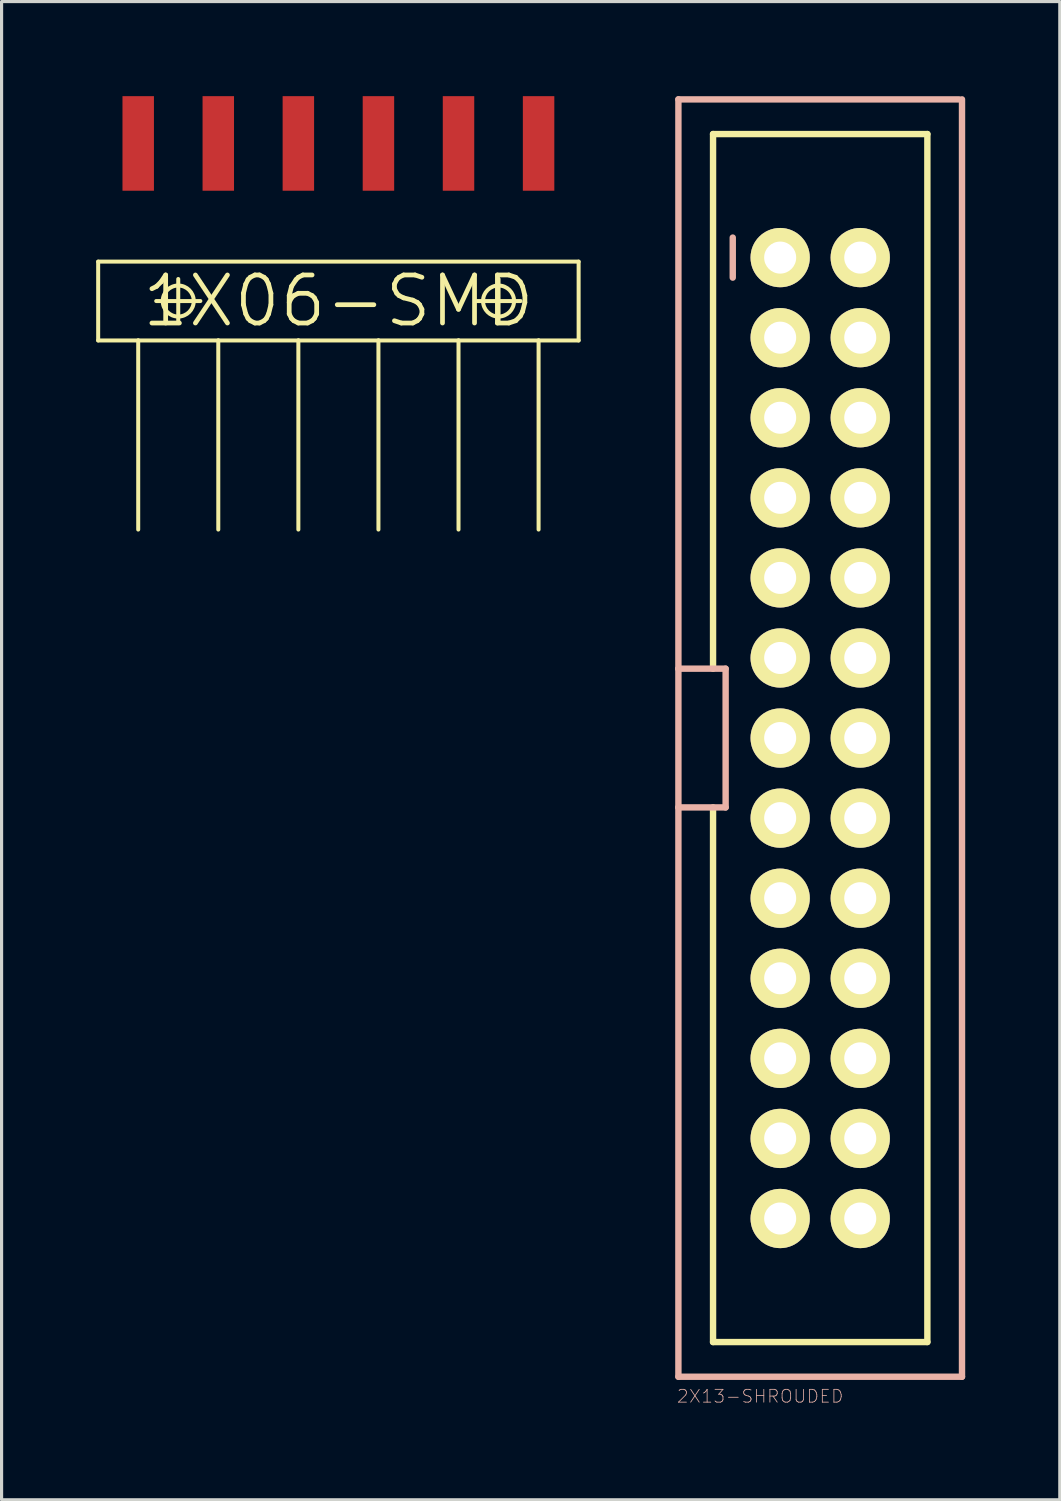
<source format=kicad_pcb>
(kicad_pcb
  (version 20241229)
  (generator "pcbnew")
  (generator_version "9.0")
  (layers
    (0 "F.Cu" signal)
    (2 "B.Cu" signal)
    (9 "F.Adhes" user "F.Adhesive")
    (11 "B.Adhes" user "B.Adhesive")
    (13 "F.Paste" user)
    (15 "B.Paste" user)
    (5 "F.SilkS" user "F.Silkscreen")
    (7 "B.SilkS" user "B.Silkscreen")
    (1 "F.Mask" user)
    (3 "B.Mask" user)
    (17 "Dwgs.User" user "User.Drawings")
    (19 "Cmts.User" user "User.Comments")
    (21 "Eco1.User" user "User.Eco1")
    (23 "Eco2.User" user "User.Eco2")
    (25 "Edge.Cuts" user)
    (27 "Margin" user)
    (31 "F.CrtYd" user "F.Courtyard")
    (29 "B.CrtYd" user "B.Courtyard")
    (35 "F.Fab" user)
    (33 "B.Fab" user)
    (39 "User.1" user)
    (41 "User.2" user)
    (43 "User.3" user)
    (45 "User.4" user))
  (footprint "2X13-SHROUDED"
    (layer "F.Cu")
    (at 22.967 20.361)
    (property "Reference" "2X13-SHROUDED" (at -1.905 20.879 0) (layer "B.SilkS") (effects (font (size 0.406 0.406) (thickness 0.025))))
    (attr exclude_from_pos_files exclude_from_bom)
    (fp_line (start -3.399 -19.159) (end -3.399 -2.2) (stroke (width 0.203) (type solid)) (layer "F.SilkS"))
    (fp_line (start -3.399 -19.159) (end 3.399 -19.159) (stroke (width 0.203) (type solid)) (layer "F.SilkS"))
    (fp_line (start -3.399 19.159) (end -3.399 2.2) (stroke (width 0.203) (type solid)) (layer "F.SilkS"))
    (fp_line (start -3.399 19.159) (end 3.399 19.159) (stroke (width 0.203) (type solid)) (layer "F.SilkS"))
    (fp_line (start -1.524 -15.494) (end -1.016 -15.494) (stroke (width 0.066) (type solid)) (layer "F.SilkS"))
    (fp_line (start -1.524 -14.986) (end -1.524 -15.494) (stroke (width 0.066) (type solid)) (layer "F.SilkS"))
    (fp_line (start -1.524 -14.986) (end -1.016 -14.986) (stroke (width 0.066) (type solid)) (layer "F.SilkS"))
    (fp_line (start -1.524 -12.954) (end -1.016 -12.954) (stroke (width 0.066) (type solid)) (layer "F.SilkS"))
    (fp_line (start -1.524 -12.446) (end -1.524 -12.954) (stroke (width 0.066) (type solid)) (layer "F.SilkS"))
    (fp_line (start -1.524 -12.446) (end -1.016 -12.446) (stroke (width 0.066) (type solid)) (layer "F.SilkS"))
    (fp_line (start -1.524 -10.414) (end -1.016 -10.414) (stroke (width 0.066) (type solid)) (layer "F.SilkS"))
    (fp_line (start -1.524 -9.906) (end -1.524 -10.414) (stroke (width 0.066) (type solid)) (layer "F.SilkS"))
    (fp_line (start -1.524 -9.906) (end -1.016 -9.906) (stroke (width 0.066) (type solid)) (layer "F.SilkS"))
    (fp_line (start -1.524 -7.874) (end -1.016 -7.874) (stroke (width 0.066) (type solid)) (layer "F.SilkS"))
    (fp_line (start -1.524 -7.874) (end -1.016 -7.874) (stroke (width 0.066) (type solid)) (layer "F.SilkS"))
    (fp_line (start -1.524 -7.366) (end -1.524 -7.874) (stroke (width 0.066) (type solid)) (layer "F.SilkS"))
    (fp_line (start -1.524 -7.366) (end -1.524 -7.874) (stroke (width 0.066) (type solid)) (layer "F.SilkS"))
    (fp_line (start -1.524 -7.366) (end -1.016 -7.366) (stroke (width 0.066) (type solid)) (layer "F.SilkS"))
    (fp_line (start -1.524 -7.366) (end -1.016 -7.366) (stroke (width 0.066) (type solid)) (layer "F.SilkS"))
    (fp_line (start -1.524 -5.334) (end -1.016 -5.334) (stroke (width 0.066) (type solid)) (layer "F.SilkS"))
    (fp_line (start -1.524 -4.826) (end -1.524 -5.334) (stroke (width 0.066) (type solid)) (layer "F.SilkS"))
    (fp_line (start -1.524 -4.826) (end -1.016 -4.826) (stroke (width 0.066) (type solid)) (layer "F.SilkS"))
    (fp_line (start -1.524 -2.794) (end -1.016 -2.794) (stroke (width 0.066) (type solid)) (layer "F.SilkS"))
    (fp_line (start -1.524 -2.286) (end -1.524 -2.794) (stroke (width 0.066) (type solid)) (layer "F.SilkS"))
    (fp_line (start -1.524 -2.286) (end -1.016 -2.286) (stroke (width 0.066) (type solid)) (layer "F.SilkS"))
    (fp_line (start -1.524 -0.254) (end -1.016 -0.254) (stroke (width 0.066) (type solid)) (layer "F.SilkS"))
    (fp_line (start -1.524 0.254) (end -1.524 -0.254) (stroke (width 0.066) (type solid)) (layer "F.SilkS"))
    (fp_line (start -1.524 0.254) (end -1.016 0.254) (stroke (width 0.066) (type solid)) (layer "F.SilkS"))
    (fp_line (start -1.524 2.286) (end -1.016 2.286) (stroke (width 0.066) (type solid)) (layer "F.SilkS"))
    (fp_line (start -1.524 2.794) (end -1.524 2.286) (stroke (width 0.066) (type solid)) (layer "F.SilkS"))
    (fp_line (start -1.524 2.794) (end -1.016 2.794) (stroke (width 0.066) (type solid)) (layer "F.SilkS"))
    (fp_line (start -1.524 4.826) (end -1.016 4.826) (stroke (width 0.066) (type solid)) (layer "F.SilkS"))
    (fp_line (start -1.524 4.826) (end -1.016 4.826) (stroke (width 0.066) (type solid)) (layer "F.SilkS"))
    (fp_line (start -1.524 5.334) (end -1.524 4.826) (stroke (width 0.066) (type solid)) (layer "F.SilkS"))
    (fp_line (start -1.524 5.334) (end -1.524 4.826) (stroke (width 0.066) (type solid)) (layer "F.SilkS"))
    (fp_line (start -1.524 5.334) (end -1.016 5.334) (stroke (width 0.066) (type solid)) (layer "F.SilkS"))
    (fp_line (start -1.524 5.334) (end -1.016 5.334) (stroke (width 0.066) (type solid)) (layer "F.SilkS"))
    (fp_line (start -1.524 7.366) (end -1.016 7.366) (stroke (width 0.066) (type solid)) (layer "F.SilkS"))
    (fp_line (start -1.524 7.874) (end -1.524 7.366) (stroke (width 0.066) (type solid)) (layer "F.SilkS"))
    (fp_line (start -1.524 7.874) (end -1.016 7.874) (stroke (width 0.066) (type solid)) (layer "F.SilkS"))
    (fp_line (start -1.524 9.906) (end -1.016 9.906) (stroke (width 0.066) (type solid)) (layer "F.SilkS"))
    (fp_line (start -1.524 10.414) (end -1.524 9.906) (stroke (width 0.066) (type solid)) (layer "F.SilkS"))
    (fp_line (start -1.524 10.414) (end -1.016 10.414) (stroke (width 0.066) (type solid)) (layer "F.SilkS"))
    (fp_line (start -1.524 12.446) (end -1.016 12.446) (stroke (width 0.066) (type solid)) (layer "F.SilkS"))
    (fp_line (start -1.524 12.446) (end -1.016 12.446) (stroke (width 0.066) (type solid)) (layer "F.SilkS"))
    (fp_line (start -1.524 12.954) (end -1.524 12.446) (stroke (width 0.066) (type solid)) (layer "F.SilkS"))
    (fp_line (start -1.524 12.954) (end -1.524 12.446) (stroke (width 0.066) (type solid)) (layer "F.SilkS"))
    (fp_line (start -1.524 12.954) (end -1.016 12.954) (stroke (width 0.066) (type solid)) (layer "F.SilkS"))
    (fp_line (start -1.524 12.954) (end -1.016 12.954) (stroke (width 0.066) (type solid)) (layer "F.SilkS"))
    (fp_line (start -1.524 14.986) (end -1.016 14.986) (stroke (width 0.066) (type solid)) (layer "F.SilkS"))
    (fp_line (start -1.524 15.494) (end -1.524 14.986) (stroke (width 0.066) (type solid)) (layer "F.SilkS"))
    (fp_line (start -1.524 15.494) (end -1.016 15.494) (stroke (width 0.066) (type solid)) (layer "F.SilkS"))
    (fp_line (start -1.016 -14.986) (end -1.016 -15.494) (stroke (width 0.066) (type solid)) (layer "F.SilkS"))
    (fp_line (start -1.016 -12.446) (end -1.016 -12.954) (stroke (width 0.066) (type solid)) (layer "F.SilkS"))
    (fp_line (start -1.016 -9.906) (end -1.016 -10.414) (stroke (width 0.066) (type solid)) (layer "F.SilkS"))
    (fp_line (start -1.016 -7.366) (end -1.016 -7.874) (stroke (width 0.066) (type solid)) (layer "F.SilkS"))
    (fp_line (start -1.016 -7.366) (end -1.016 -7.874) (stroke (width 0.066) (type solid)) (layer "F.SilkS"))
    (fp_line (start -1.016 -4.826) (end -1.016 -5.334) (stroke (width 0.066) (type solid)) (layer "F.SilkS"))
    (fp_line (start -1.016 -2.286) (end -1.016 -2.794) (stroke (width 0.066) (type solid)) (layer "F.SilkS"))
    (fp_line (start -1.016 0.254) (end -1.016 -0.254) (stroke (width 0.066) (type solid)) (layer "F.SilkS"))
    (fp_line (start -1.016 2.794) (end -1.016 2.286) (stroke (width 0.066) (type solid)) (layer "F.SilkS"))
    (fp_line (start -1.016 5.334) (end -1.016 4.826) (stroke (width 0.066) (type solid)) (layer "F.SilkS"))
    (fp_line (start -1.016 5.334) (end -1.016 4.826) (stroke (width 0.066) (type solid)) (layer "F.SilkS"))
    (fp_line (start -1.016 7.874) (end -1.016 7.366) (stroke (width 0.066) (type solid)) (layer "F.SilkS"))
    (fp_line (start -1.016 10.414) (end -1.016 9.906) (stroke (width 0.066) (type solid)) (layer "F.SilkS"))
    (fp_line (start -1.016 12.954) (end -1.016 12.446) (stroke (width 0.066) (type solid)) (layer "F.SilkS"))
    (fp_line (start -1.016 12.954) (end -1.016 12.446) (stroke (width 0.066) (type solid)) (layer "F.SilkS"))
    (fp_line (start -1.016 15.494) (end -1.016 14.986) (stroke (width 0.066) (type solid)) (layer "F.SilkS"))
    (fp_line (start 1.016 -15.494) (end 1.524 -15.494) (stroke (width 0.066) (type solid)) (layer "F.SilkS"))
    (fp_line (start 1.016 -14.986) (end 1.016 -15.494) (stroke (width 0.066) (type solid)) (layer "F.SilkS"))
    (fp_line (start 1.016 -14.986) (end 1.524 -14.986) (stroke (width 0.066) (type solid)) (layer "F.SilkS"))
    (fp_line (start 1.016 -12.954) (end 1.524 -12.954) (stroke (width 0.066) (type solid)) (layer "F.SilkS"))
    (fp_line (start 1.016 -12.446) (end 1.016 -12.954) (stroke (width 0.066) (type solid)) (layer "F.SilkS"))
    (fp_line (start 1.016 -12.446) (end 1.524 -12.446) (stroke (width 0.066) (type solid)) (layer "F.SilkS"))
    (fp_line (start 1.016 -10.414) (end 1.524 -10.414) (stroke (width 0.066) (type solid)) (layer "F.SilkS"))
    (fp_line (start 1.016 -9.906) (end 1.016 -10.414) (stroke (width 0.066) (type solid)) (layer "F.SilkS"))
    (fp_line (start 1.016 -9.906) (end 1.524 -9.906) (stroke (width 0.066) (type solid)) (layer "F.SilkS"))
    (fp_line (start 1.016 -7.874) (end 1.524 -7.874) (stroke (width 0.066) (type solid)) (layer "F.SilkS"))
    (fp_line (start 1.016 -7.874) (end 1.524 -7.874) (stroke (width 0.066) (type solid)) (layer "F.SilkS"))
    (fp_line (start 1.016 -7.366) (end 1.016 -7.874) (stroke (width 0.066) (type solid)) (layer "F.SilkS"))
    (fp_line (start 1.016 -7.366) (end 1.016 -7.874) (stroke (width 0.066) (type solid)) (layer "F.SilkS"))
    (fp_line (start 1.016 -7.366) (end 1.524 -7.366) (stroke (width 0.066) (type solid)) (layer "F.SilkS"))
    (fp_line (start 1.016 -7.366) (end 1.524 -7.366) (stroke (width 0.066) (type solid)) (layer "F.SilkS"))
    (fp_line (start 1.016 -5.334) (end 1.524 -5.334) (stroke (width 0.066) (type solid)) (layer "F.SilkS"))
    (fp_line (start 1.016 -4.826) (end 1.016 -5.334) (stroke (width 0.066) (type solid)) (layer "F.SilkS"))
    (fp_line (start 1.016 -4.826) (end 1.524 -4.826) (stroke (width 0.066) (type solid)) (layer "F.SilkS"))
    (fp_line (start 1.016 -2.794) (end 1.524 -2.794) (stroke (width 0.066) (type solid)) (layer "F.SilkS"))
    (fp_line (start 1.016 -2.286) (end 1.016 -2.794) (stroke (width 0.066) (type solid)) (layer "F.SilkS"))
    (fp_line (start 1.016 -2.286) (end 1.524 -2.286) (stroke (width 0.066) (type solid)) (layer "F.SilkS"))
    (fp_line (start 1.016 -0.254) (end 1.524 -0.254) (stroke (width 0.066) (type solid)) (layer "F.SilkS"))
    (fp_line (start 1.016 0.254) (end 1.016 -0.254) (stroke (width 0.066) (type solid)) (layer "F.SilkS"))
    (fp_line (start 1.016 0.254) (end 1.524 0.254) (stroke (width 0.066) (type solid)) (layer "F.SilkS"))
    (fp_line (start 1.016 2.286) (end 1.524 2.286) (stroke (width 0.066) (type solid)) (layer "F.SilkS"))
    (fp_line (start 1.016 2.794) (end 1.016 2.286) (stroke (width 0.066) (type solid)) (layer "F.SilkS"))
    (fp_line (start 1.016 2.794) (end 1.524 2.794) (stroke (width 0.066) (type solid)) (layer "F.SilkS"))
    (fp_line (start 1.016 4.826) (end 1.524 4.826) (stroke (width 0.066) (type solid)) (layer "F.SilkS"))
    (fp_line (start 1.016 4.826) (end 1.524 4.826) (stroke (width 0.066) (type solid)) (layer "F.SilkS"))
    (fp_line (start 1.016 5.334) (end 1.016 4.826) (stroke (width 0.066) (type solid)) (layer "F.SilkS"))
    (fp_line (start 1.016 5.334) (end 1.016 4.826) (stroke (width 0.066) (type solid)) (layer "F.SilkS"))
    (fp_line (start 1.016 5.334) (end 1.524 5.334) (stroke (width 0.066) (type solid)) (layer "F.SilkS"))
    (fp_line (start 1.016 5.334) (end 1.524 5.334) (stroke (width 0.066) (type solid)) (layer "F.SilkS"))
    (fp_line (start 1.016 7.366) (end 1.524 7.366) (stroke (width 0.066) (type solid)) (layer "F.SilkS"))
    (fp_line (start 1.016 7.874) (end 1.016 7.366) (stroke (width 0.066) (type solid)) (layer "F.SilkS"))
    (fp_line (start 1.016 7.874) (end 1.524 7.874) (stroke (width 0.066) (type solid)) (layer "F.SilkS"))
    (fp_line (start 1.016 9.906) (end 1.524 9.906) (stroke (width 0.066) (type solid)) (layer "F.SilkS"))
    (fp_line (start 1.016 10.414) (end 1.016 9.906) (stroke (width 0.066) (type solid)) (layer "F.SilkS"))
    (fp_line (start 1.016 10.414) (end 1.524 10.414) (stroke (width 0.066) (type solid)) (layer "F.SilkS"))
    (fp_line (start 1.016 12.446) (end 1.524 12.446) (stroke (width 0.066) (type solid)) (layer "F.SilkS"))
    (fp_line (start 1.016 12.446) (end 1.524 12.446) (stroke (width 0.066) (type solid)) (layer "F.SilkS"))
    (fp_line (start 1.016 12.954) (end 1.016 12.446) (stroke (width 0.066) (type solid)) (layer "F.SilkS"))
    (fp_line (start 1.016 12.954) (end 1.016 12.446) (stroke (width 0.066) (type solid)) (layer "F.SilkS"))
    (fp_line (start 1.016 12.954) (end 1.524 12.954) (stroke (width 0.066) (type solid)) (layer "F.SilkS"))
    (fp_line (start 1.016 12.954) (end 1.524 12.954) (stroke (width 0.066) (type solid)) (layer "F.SilkS"))
    (fp_line (start 1.016 14.986) (end 1.524 14.986) (stroke (width 0.066) (type solid)) (layer "F.SilkS"))
    (fp_line (start 1.016 15.494) (end 1.016 14.986) (stroke (width 0.066) (type solid)) (layer "F.SilkS"))
    (fp_line (start 1.016 15.494) (end 1.524 15.494) (stroke (width 0.066) (type solid)) (layer "F.SilkS"))
    (fp_line (start 1.524 -14.986) (end 1.524 -15.494) (stroke (width 0.066) (type solid)) (layer "F.SilkS"))
    (fp_line (start 1.524 -12.446) (end 1.524 -12.954) (stroke (width 0.066) (type solid)) (layer "F.SilkS"))
    (fp_line (start 1.524 -9.906) (end 1.524 -10.414) (stroke (width 0.066) (type solid)) (layer "F.SilkS"))
    (fp_line (start 1.524 -7.366) (end 1.524 -7.874) (stroke (width 0.066) (type solid)) (layer "F.SilkS"))
    (fp_line (start 1.524 -7.366) (end 1.524 -7.874) (stroke (width 0.066) (type solid)) (layer "F.SilkS"))
    (fp_line (start 1.524 -4.826) (end 1.524 -5.334) (stroke (width 0.066) (type solid)) (layer "F.SilkS"))
    (fp_line (start 1.524 -2.286) (end 1.524 -2.794) (stroke (width 0.066) (type solid)) (layer "F.SilkS"))
    (fp_line (start 1.524 0.254) (end 1.524 -0.254) (stroke (width 0.066) (type solid)) (layer "F.SilkS"))
    (fp_line (start 1.524 2.794) (end 1.524 2.286) (stroke (width 0.066) (type solid)) (layer "F.SilkS"))
    (fp_line (start 1.524 5.334) (end 1.524 4.826) (stroke (width 0.066) (type solid)) (layer "F.SilkS"))
    (fp_line (start 1.524 5.334) (end 1.524 4.826) (stroke (width 0.066) (type solid)) (layer "F.SilkS"))
    (fp_line (start 1.524 7.874) (end 1.524 7.366) (stroke (width 0.066) (type solid)) (layer "F.SilkS"))
    (fp_line (start 1.524 10.414) (end 1.524 9.906) (stroke (width 0.066) (type solid)) (layer "F.SilkS"))
    (fp_line (start 1.524 12.954) (end 1.524 12.446) (stroke (width 0.066) (type solid)) (layer "F.SilkS"))
    (fp_line (start 1.524 12.954) (end 1.524 12.446) (stroke (width 0.066) (type solid)) (layer "F.SilkS"))
    (fp_line (start 1.524 15.494) (end 1.524 14.986) (stroke (width 0.066) (type solid)) (layer "F.SilkS"))
    (fp_line (start 3.399 -19.159) (end 3.399 19.159) (stroke (width 0.203) (type solid)) (layer "F.SilkS"))
    (fp_line (start -4.498 -20.259) (end 4.399 -20.259) (stroke (width 0.203) (type solid)) (layer "B.SilkS"))
    (fp_line (start -4.498 -2.2) (end -4.498 -20.259) (stroke (width 0.203) (type solid)) (layer "B.SilkS"))
    (fp_line (start -4.498 -2.2) (end -3 -2.2) (stroke (width 0.203) (type solid)) (layer "B.SilkS"))
    (fp_line (start -4.498 2.2) (end -4.498 -2.2) (stroke (width 0.203) (type solid)) (layer "B.SilkS"))
    (fp_line (start -4.498 20.259) (end -4.498 2.2) (stroke (width 0.203) (type solid)) (layer "B.SilkS"))
    (fp_line (start -3 -2.2) (end -3 2.2) (stroke (width 0.203) (type solid)) (layer "B.SilkS"))
    (fp_line (start -3 2.2) (end -4.498 2.2) (stroke (width 0.203) (type solid)) (layer "B.SilkS"))
    (fp_line (start -2.774 -15.875) (end -2.774 -14.605) (stroke (width 0.203) (type solid)) (layer "B.SilkS"))
    (fp_line (start 4.498 -20.259) (end 4.498 20.259) (stroke (width 0.203) (type solid)) (layer "B.SilkS"))
    (fp_line (start 4.498 20.259) (end -4.498 20.259) (stroke (width 0.203) (type solid)) (layer "B.SilkS"))
    (pad "1" thru_hole circle (at -1.27 -15.24) (size 1.88 1.88) (drill 1.016) (layers "*.Cu" "F.Mask" "F.SilkS" "F.Paste"))
    (pad "2" thru_hole circle (at 1.27 -15.24) (size 1.88 1.88) (drill 1.016) (layers "*.Cu" "F.Mask" "F.SilkS" "F.Paste"))
    (pad "3" thru_hole circle (at -1.27 -12.7) (size 1.88 1.88) (drill 1.016) (layers "*.Cu" "F.Mask" "F.SilkS" "F.Paste"))
    (pad "4" thru_hole circle (at 1.27 -12.7) (size 1.88 1.88) (drill 1.016) (layers "*.Cu" "F.Mask" "F.SilkS" "F.Paste"))
    (pad "5" thru_hole circle (at -1.27 -10.16) (size 1.88 1.88) (drill 1.016) (layers "*.Cu" "F.Mask" "F.SilkS" "F.Paste"))
    (pad "6" thru_hole circle (at 1.27 -10.16) (size 1.88 1.88) (drill 1.016) (layers "*.Cu" "F.Mask" "F.SilkS" "F.Paste"))
    (pad "7" thru_hole circle (at -1.27 -7.62) (size 1.88 1.88) (drill 1.016) (layers "*.Cu" "F.Mask" "F.SilkS" "F.Paste"))
    (pad "8" thru_hole circle (at 1.27 -7.62) (size 1.88 1.88) (drill 1.016) (layers "*.Cu" "F.Mask" "F.SilkS" "F.Paste"))
    (pad "9" thru_hole circle (at -1.27 -5.08) (size 1.88 1.88) (drill 1.016) (layers "*.Cu" "F.Mask" "F.SilkS" "F.Paste"))
    (pad "10" thru_hole circle (at 1.27 -5.08) (size 1.88 1.88) (drill 1.016) (layers "*.Cu" "F.Mask" "F.SilkS" "F.Paste"))
    (pad "11" thru_hole circle (at -1.27 -2.54) (size 1.88 1.88) (drill 1.016) (layers "*.Cu" "F.Mask" "F.SilkS" "F.Paste"))
    (pad "12" thru_hole circle (at 1.27 -2.54) (size 1.88 1.88) (drill 1.016) (layers "*.Cu" "F.Mask" "F.SilkS" "F.Paste"))
    (pad "13" thru_hole circle (at -1.27 0) (size 1.88 1.88) (drill 1.016) (layers "*.Cu" "F.Mask" "F.SilkS" "F.Paste"))
    (pad "14" thru_hole circle (at 1.27 0) (size 1.88 1.88) (drill 1.016) (layers "*.Cu" "F.Mask" "F.SilkS" "F.Paste"))
    (pad "15" thru_hole circle (at -1.27 2.54) (size 1.88 1.88) (drill 1.016) (layers "*.Cu" "F.Mask" "F.SilkS" "F.Paste"))
    (pad "16" thru_hole circle (at 1.27 2.54) (size 1.88 1.88) (drill 1.016) (layers "*.Cu" "F.Mask" "F.SilkS" "F.Paste"))
    (pad "17" thru_hole circle (at -1.27 5.08) (size 1.88 1.88) (drill 1.016) (layers "*.Cu" "F.Mask" "F.SilkS" "F.Paste"))
    (pad "18" thru_hole circle (at 1.27 5.08) (size 1.88 1.88) (drill 1.016) (layers "*.Cu" "F.Mask" "F.SilkS" "F.Paste"))
    (pad "19" thru_hole circle (at -1.27 7.62) (size 1.88 1.88) (drill 1.016) (layers "*.Cu" "F.Mask" "F.SilkS" "F.Paste"))
    (pad "20" thru_hole circle (at 1.27 7.62) (size 1.88 1.88) (drill 1.016) (layers "*.Cu" "F.Mask" "F.SilkS" "F.Paste"))
    (pad "21" thru_hole circle (at -1.27 10.16) (size 1.88 1.88) (drill 1.016) (layers "*.Cu" "F.Mask" "F.SilkS" "F.Paste"))
    (pad "22" thru_hole circle (at 1.27 10.16) (size 1.88 1.88) (drill 1.016) (layers "*.Cu" "F.Mask" "F.SilkS" "F.Paste"))
    (pad "23" thru_hole circle (at -1.27 12.7) (size 1.88 1.88) (drill 1.016) (layers "*.Cu" "F.Mask" "F.SilkS" "F.Paste"))
    (pad "24" thru_hole circle (at 1.27 12.7) (size 1.88 1.88) (drill 1.016) (layers "*.Cu" "F.Mask" "F.SilkS" "F.Paste"))
    (pad "25" thru_hole circle (at -1.27 15.24) (size 1.88 1.88) (drill 1.016) (layers "*.Cu" "F.Mask" "F.SilkS" "F.Paste"))
    (pad "26" thru_hole circle (at 1.27 15.24) (size 1.88 1.88) (drill 1.016) (layers "*.Cu" "F.Mask" "F.SilkS" "F.Paste")))
  (footprint "1X06-SMD"
    (layer "F.Cu")
    (at 7.684 6.499)
    (property "Reference" "1X06-SMD" (at 0 0 0) (layer "F.SilkS") (effects (font (size 1.524 1.524) (thickness 0.15))))
    (attr smd)
    (fp_line (start -7.62 -1.25) (end -7.62 1.25) (stroke (width 0.127) (type solid)) (layer "F.SilkS"))
    (fp_line (start -7.62 1.25) (end -6.35 1.25) (stroke (width 0.127) (type solid)) (layer "F.SilkS"))
    (fp_line (start -6.35 1.25) (end -6.35 7.249) (stroke (width 0.127) (type solid)) (layer "F.SilkS"))
    (fp_line (start -6.35 1.25) (end -3.81 1.25) (stroke (width 0.127) (type solid)) (layer "F.SilkS"))
    (fp_line (start -5.779 0) (end -4.379 0) (stroke (width 0.127) (type solid)) (layer "F.SilkS"))
    (fp_line (start -5.08 0.699) (end -5.08 -0.699) (stroke (width 0.127) (type solid)) (layer "F.SilkS"))
    (fp_line (start -3.81 1.25) (end -3.81 7.249) (stroke (width 0.127) (type solid)) (layer "F.SilkS"))
    (fp_line (start -3.81 1.25) (end -1.27 1.25) (stroke (width 0.127) (type solid)) (layer "F.SilkS"))
    (fp_line (start -1.27 1.25) (end -1.27 7.249) (stroke (width 0.127) (type solid)) (layer "F.SilkS"))
    (fp_line (start -1.27 1.25) (end 1.27 1.25) (stroke (width 0.127) (type solid)) (layer "F.SilkS"))
    (fp_line (start 1.27 1.25) (end 1.27 7.249) (stroke (width 0.127) (type solid)) (layer "F.SilkS"))
    (fp_line (start 1.27 1.25) (end 3.81 1.25) (stroke (width 0.127) (type solid)) (layer "F.SilkS"))
    (fp_line (start 3.81 1.25) (end 3.81 7.249) (stroke (width 0.127) (type solid)) (layer "F.SilkS"))
    (fp_line (start 3.81 1.25) (end 6.35 1.25) (stroke (width 0.127) (type solid)) (layer "F.SilkS"))
    (fp_line (start 4.379 0) (end 5.779 0) (stroke (width 0.127) (type solid)) (layer "F.SilkS"))
    (fp_line (start 5.08 0.699) (end 5.08 -0.699) (stroke (width 0.127) (type solid)) (layer "F.SilkS"))
    (fp_line (start 6.35 1.25) (end 6.35 7.249) (stroke (width 0.127) (type solid)) (layer "F.SilkS"))
    (fp_line (start 6.35 1.25) (end 7.62 1.25) (stroke (width 0.127) (type solid)) (layer "F.SilkS"))
    (fp_line (start 7.62 -1.25) (end -7.62 -1.25) (stroke (width 0.127) (type solid)) (layer "F.SilkS"))
    (fp_line (start 7.62 1.25) (end 7.62 -1.25) (stroke (width 0.127) (type solid)) (layer "F.SilkS"))
    (fp_circle (center -5.08 0) (end -5.428 0.348) (stroke (width 0.127) (type solid)) (fill no) (layer "F.SilkS"))
    (fp_circle (center 5.08 0) (end 5.428 0.348) (stroke (width 0.127) (type solid)) (fill no) (layer "F.SilkS"))
    (pad "1" smd rect (at -6.35 -4.999 90) (size 3 0.998) (layers "F.Cu" "F.Mask" "F.Paste"))
    (pad "2" smd rect (at -3.81 -4.999 90) (size 3 0.998) (layers "F.Cu" "F.Mask" "F.Paste"))
    (pad "3" smd rect (at -1.27 -4.999 90) (size 3 0.998) (layers "F.Cu" "F.Mask" "F.Paste"))
    (pad "4" smd rect (at 1.27 -4.999 90) (size 3 0.998) (layers "F.Cu" "F.Mask" "F.Paste"))
    (pad "5" smd rect (at 3.81 -4.999 90) (size 3 0.998) (layers "F.Cu" "F.Mask" "F.Paste"))
    (pad "6" smd rect (at 6.35 -4.999 90) (size 3 0.998) (layers "F.Cu" "F.Mask" "F.Paste")))
  (gr_rect
    (start -3 -3)
    (end 30.567 44.522)
    (stroke (width 0.1) (type default))
    (fill no)
    (layer "Edge.Cuts")))
</source>
